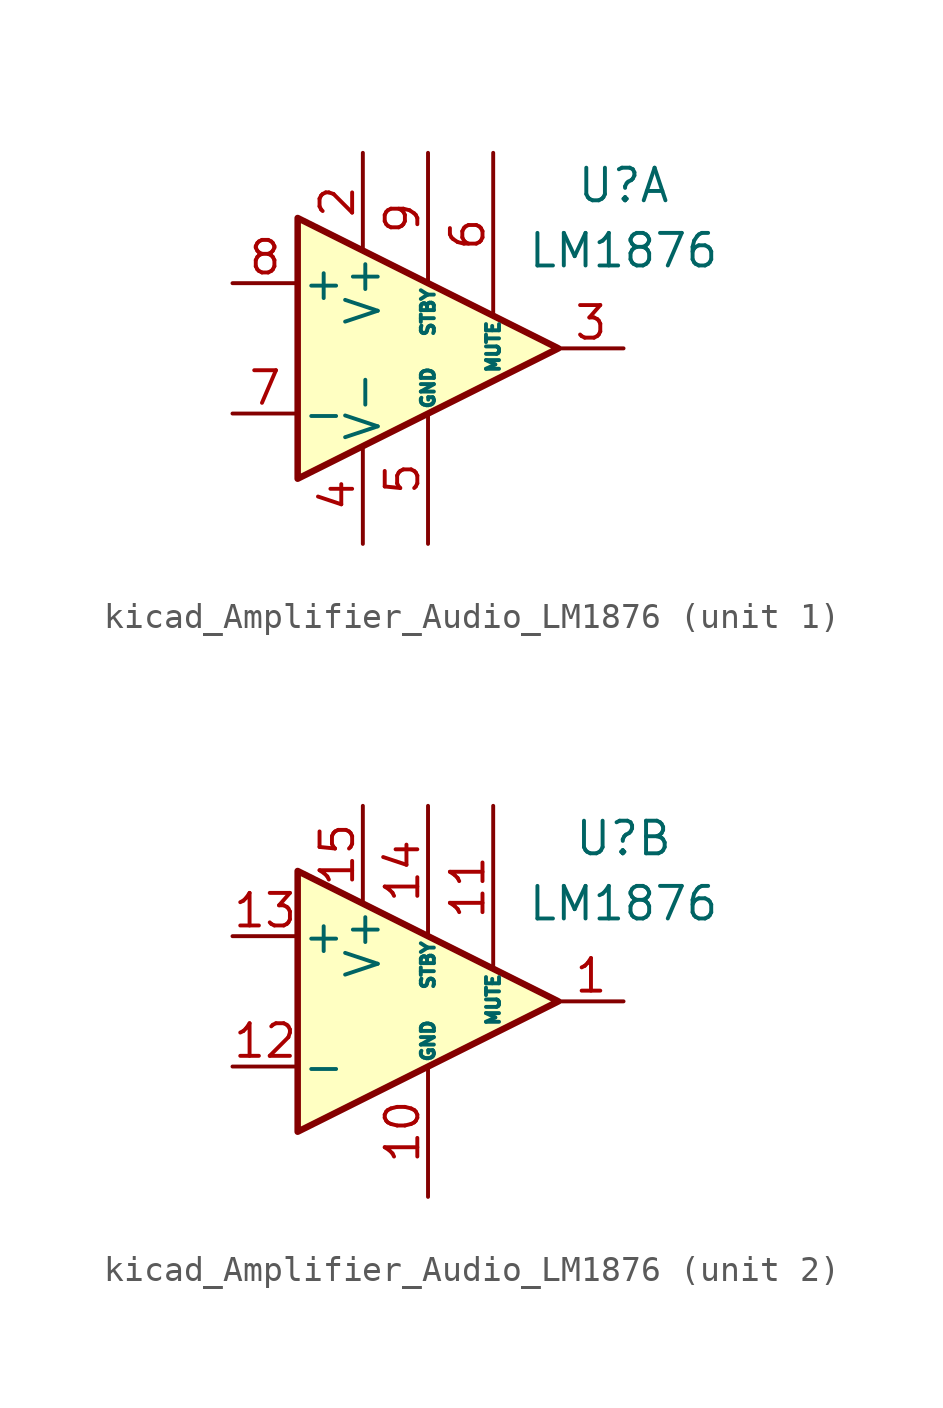
<source format=kicad_sym>
(kicad_symbol_lib
  (version 20220914)
  (generator kicad_symbol_editor)
  (symbol "kicad_Amplifier_Audio_LM1876"
    (pin_names
      (offset 0.127))
    (property "Reference" "U"
      (at 7.62 6.35 0)
      (effects (font (size 1.27 1.27))))
    (property "Value" "LM1876"
      (at 7.62 3.81 0)
      (effects (font (size 1.27 1.27))))
    (property "ki_locked" ""
      (at 0 0 0)
      (effects (font (size 1.27 1.27))))
    (symbol "kicad_Amplifier_Audio_LM1876_0_1"
      (polyline (pts (xy -5.08 5.08) (xy 5.08 0) (xy -5.08 -5.08) (xy -5.08 5.08)) (stroke (width 0.254) (type default)) (fill (type background))))
    (symbol "kicad_Amplifier_Audio_LM1876_1_1"
      (pin power_in line (at -2.54 7.62 270) (length 3.81) (name "V+" (effects (font (size 1.27 1.27)))) (number "2" (effects (font (size 1.27 1.27)))))
      (pin output line (at 7.62 0 180) (length 2.54) (name "~" (effects (font (size 1.27 1.27)))) (number "3" (effects (font (size 1.27 1.27)))))
      (pin power_in line (at -2.54 -7.62 90) (length 3.81) (name "V-" (effects (font (size 1.27 1.27)))) (number "4" (effects (font (size 1.27 1.27)))))
      (pin power_in line (at 0 -7.62 90) (length 5.08) (name "GND" (effects (font (size 0.508 0.508)))) (number "5" (effects (font (size 1.27 1.27)))))
      (pin input line (at 2.54 7.62 270) (length 6.35) (name "MUTE" (effects (font (size 0.508 0.508)))) (number "6" (effects (font (size 1.27 1.27)))))
      (pin input line (at -7.62 -2.54 0) (length 2.54) (name "-" (effects (font (size 1.27 1.27)))) (number "7" (effects (font (size 1.27 1.27)))))
      (pin input line (at -7.62 2.54 0) (length 2.54) (name "+" (effects (font (size 1.27 1.27)))) (number "8" (effects (font (size 1.27 1.27)))))
      (pin input line (at 0 7.62 270) (length 5.08) (name "STBY" (effects (font (size 0.508 0.508)))) (number "9" (effects (font (size 1.27 1.27))))))
    (symbol "kicad_Amplifier_Audio_LM1876_2_1"
      (pin output line (at 7.62 0 180) (length 2.54) (name "~" (effects (font (size 1.27 1.27)))) (number "1" (effects (font (size 1.27 1.27)))))
      (pin power_in line (at 0 -7.62 90) (length 5.08) (name "GND" (effects (font (size 0.508 0.508)))) (number "10" (effects (font (size 1.27 1.27)))))
      (pin input line (at 2.54 7.62 270) (length 6.35) (name "MUTE" (effects (font (size 0.508 0.508)))) (number "11" (effects (font (size 1.27 1.27)))))
      (pin input line (at -7.62 -2.54 0) (length 2.54) (name "-" (effects (font (size 1.27 1.27)))) (number "12" (effects (font (size 1.27 1.27)))))
      (pin input line (at -7.62 2.54 0) (length 2.54) (name "+" (effects (font (size 1.27 1.27)))) (number "13" (effects (font (size 1.27 1.27)))))
      (pin input line (at 0 7.62 270) (length 5.08) (name "STBY" (effects (font (size 0.508 0.508)))) (number "14" (effects (font (size 1.27 1.27)))))
      (pin power_in line (at -2.54 7.62 270) (length 3.81) (name "V+" (effects (font (size 1.27 1.27)))) (number "15" (effects (font (size 1.27 1.27))))))))
</source>
